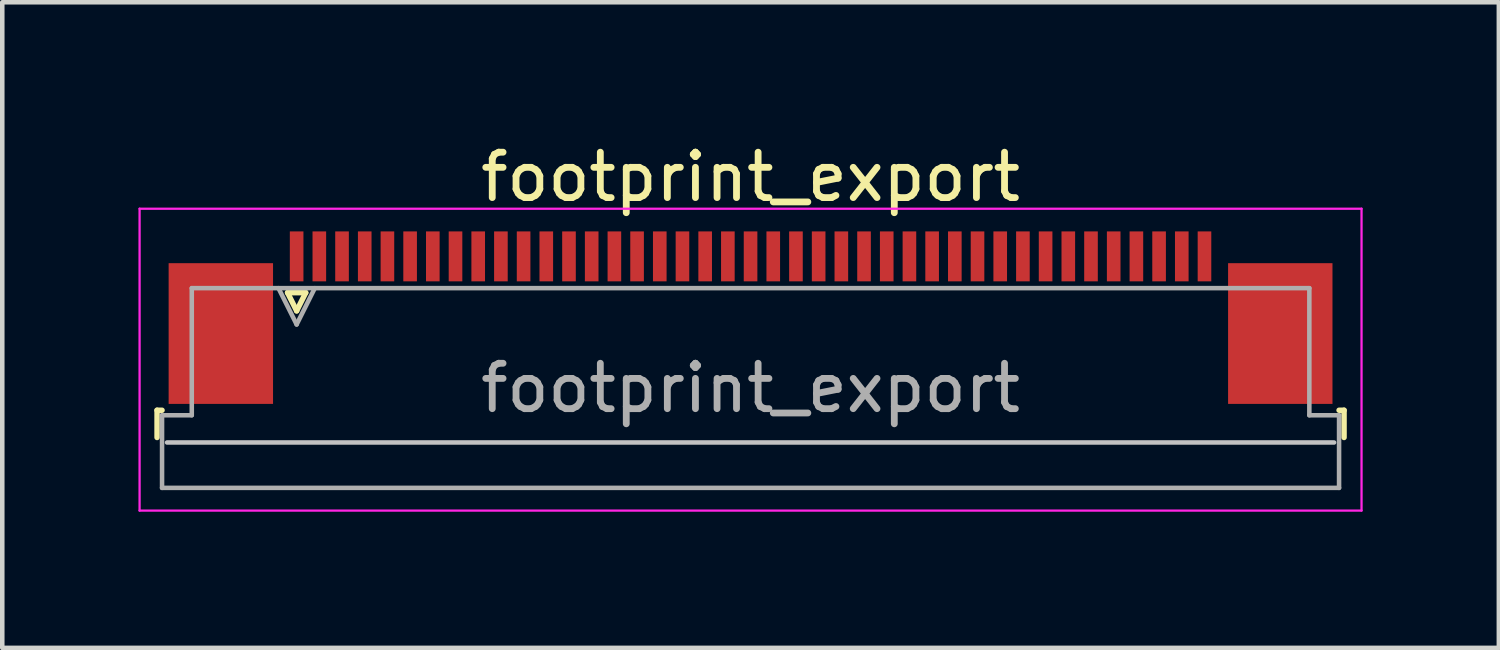
<source format=kicad_pcb>
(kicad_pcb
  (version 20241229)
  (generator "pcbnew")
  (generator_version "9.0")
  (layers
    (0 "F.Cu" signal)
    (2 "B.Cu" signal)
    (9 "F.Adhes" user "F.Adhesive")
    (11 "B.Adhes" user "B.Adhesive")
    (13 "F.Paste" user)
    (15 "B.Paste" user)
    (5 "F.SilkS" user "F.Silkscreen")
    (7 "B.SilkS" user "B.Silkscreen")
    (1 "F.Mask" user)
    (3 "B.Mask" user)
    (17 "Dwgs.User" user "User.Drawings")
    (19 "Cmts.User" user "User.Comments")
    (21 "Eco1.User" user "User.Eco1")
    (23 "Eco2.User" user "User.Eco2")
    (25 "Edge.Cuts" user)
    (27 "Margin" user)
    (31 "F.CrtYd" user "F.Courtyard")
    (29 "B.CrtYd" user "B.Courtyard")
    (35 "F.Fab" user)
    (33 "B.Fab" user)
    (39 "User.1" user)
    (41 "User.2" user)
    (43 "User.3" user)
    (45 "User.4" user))
  (footprint "footprint_export"
    (layer "F.Cu")
    (at 13.485 3.948)
    (property "Reference" "footprint_export" (at 0 -3.1 0) (layer "F.SilkS") (effects (font (size 1 1) (thickness 0.15))))
    (attr smd)
    (fp_line (start -13.075 2.04) (end -13.075 2.64) (stroke (width 0.12) (type solid)) (layer "F.SilkS"))
    (fp_line (start -12.965 2.04) (end -13.075 2.04) (stroke (width 0.12) (type solid)) (layer "F.SilkS"))
    (fp_line (start -10.2 -0.55) (end -10 -0.15) (stroke (width 0.12) (type solid)) (layer "F.SilkS"))
    (fp_line (start -10 -0.15) (end -9.8 -0.55) (stroke (width 0.12) (type solid)) (layer "F.SilkS"))
    (fp_line (start -9.8 -0.55) (end -10.2 -0.55) (stroke (width 0.12) (type solid)) (layer "F.SilkS"))
    (fp_line (start 12.965 2.04) (end 13.075 2.04) (stroke (width 0.12) (type solid)) (layer "F.SilkS"))
    (fp_line (start 13.075 2.04) (end 13.075 2.64) (stroke (width 0.12) (type solid)) (layer "F.SilkS"))
    (fp_line (start 12.855 2.75) (end -12.855 2.75) (stroke (width 0.1) (type solid)) (layer "Dwgs.User"))
    (fp_line (start -13.46 -2.4) (end -13.46 4.25) (stroke (width 0.05) (type solid)) (layer "F.CrtYd"))
    (fp_line (start -13.46 4.25) (end 13.46 4.25) (stroke (width 0.05) (type solid)) (layer "F.CrtYd"))
    (fp_line (start 13.46 -2.4) (end -13.46 -2.4) (stroke (width 0.05) (type solid)) (layer "F.CrtYd"))
    (fp_line (start 13.46 4.25) (end 13.46 -2.4) (stroke (width 0.05) (type solid)) (layer "F.CrtYd"))
    (fp_line (start -12.965 2.15) (end -12.31 2.15) (stroke (width 0.1) (type solid)) (layer "F.Fab"))
    (fp_line (start -12.965 3.75) (end -12.965 2.15) (stroke (width 0.1) (type solid)) (layer "F.Fab"))
    (fp_line (start -12.31 -0.65) (end 12.31 -0.65) (stroke (width 0.1) (type solid)) (layer "F.Fab"))
    (fp_line (start -12.31 2.15) (end -12.31 -0.65) (stroke (width 0.1) (type solid)) (layer "F.Fab"))
    (fp_line (start -10.4 -0.65) (end -10 0.15) (stroke (width 0.1) (type solid)) (layer "F.Fab"))
    (fp_line (start -10 0.15) (end -9.6 -0.65) (stroke (width 0.1) (type solid)) (layer "F.Fab"))
    (fp_line (start 12.31 -0.65) (end 12.31 2.15) (stroke (width 0.1) (type solid)) (layer "F.Fab"))
    (fp_line (start 12.31 2.15) (end 12.965 2.15) (stroke (width 0.1) (type solid)) (layer "F.Fab"))
    (fp_line (start 12.965 2.15) (end 12.965 3.75) (stroke (width 0.1) (type solid)) (layer "F.Fab"))
    (fp_line (start 12.965 3.75) (end -12.965 3.75) (stroke (width 0.1) (type solid)) (layer "F.Fab"))
    (fp_text user "${REFERENCE}" (at 0 1.55 0) (layer "F.Fab") (effects (font (size 1 1) (thickness 0.15))))
    (pad "1" smd rect (at -10 -1.35) (size 0.3 1.1) (layers "F.Cu" "F.Mask" "F.Paste"))
    (pad "2" smd rect (at -9.5 -1.35) (size 0.3 1.1) (layers "F.Cu" "F.Mask" "F.Paste"))
    (pad "3" smd rect (at -9 -1.35) (size 0.3 1.1) (layers "F.Cu" "F.Mask" "F.Paste"))
    (pad "4" smd rect (at -8.5 -1.35) (size 0.3 1.1) (layers "F.Cu" "F.Mask" "F.Paste"))
    (pad "5" smd rect (at -8 -1.35) (size 0.3 1.1) (layers "F.Cu" "F.Mask" "F.Paste"))
    (pad "6" smd rect (at -7.5 -1.35) (size 0.3 1.1) (layers "F.Cu" "F.Mask" "F.Paste"))
    (pad "7" smd rect (at -7 -1.35) (size 0.3 1.1) (layers "F.Cu" "F.Mask" "F.Paste"))
    (pad "8" smd rect (at -6.5 -1.35) (size 0.3 1.1) (layers "F.Cu" "F.Mask" "F.Paste"))
    (pad "9" smd rect (at -6 -1.35) (size 0.3 1.1) (layers "F.Cu" "F.Mask" "F.Paste"))
    (pad "10" smd rect (at -5.5 -1.35) (size 0.3 1.1) (layers "F.Cu" "F.Mask" "F.Paste"))
    (pad "11" smd rect (at -5 -1.35) (size 0.3 1.1) (layers "F.Cu" "F.Mask" "F.Paste"))
    (pad "12" smd rect (at -4.5 -1.35) (size 0.3 1.1) (layers "F.Cu" "F.Mask" "F.Paste"))
    (pad "13" smd rect (at -4 -1.35) (size 0.3 1.1) (layers "F.Cu" "F.Mask" "F.Paste"))
    (pad "14" smd rect (at -3.5 -1.35) (size 0.3 1.1) (layers "F.Cu" "F.Mask" "F.Paste"))
    (pad "15" smd rect (at -3 -1.35) (size 0.3 1.1) (layers "F.Cu" "F.Mask" "F.Paste"))
    (pad "16" smd rect (at -2.5 -1.35) (size 0.3 1.1) (layers "F.Cu" "F.Mask" "F.Paste"))
    (pad "17" smd rect (at -2 -1.35) (size 0.3 1.1) (layers "F.Cu" "F.Mask" "F.Paste"))
    (pad "18" smd rect (at -1.5 -1.35) (size 0.3 1.1) (layers "F.Cu" "F.Mask" "F.Paste"))
    (pad "19" smd rect (at -1 -1.35) (size 0.3 1.1) (layers "F.Cu" "F.Mask" "F.Paste"))
    (pad "20" smd rect (at -0.5 -1.35) (size 0.3 1.1) (layers "F.Cu" "F.Mask" "F.Paste"))
    (pad "21" smd rect (at 0 -1.35) (size 0.3 1.1) (layers "F.Cu" "F.Mask" "F.Paste"))
    (pad "22" smd rect (at 0.5 -1.35) (size 0.3 1.1) (layers "F.Cu" "F.Mask" "F.Paste"))
    (pad "23" smd rect (at 1 -1.35) (size 0.3 1.1) (layers "F.Cu" "F.Mask" "F.Paste"))
    (pad "24" smd rect (at 1.5 -1.35) (size 0.3 1.1) (layers "F.Cu" "F.Mask" "F.Paste"))
    (pad "25" smd rect (at 2 -1.35) (size 0.3 1.1) (layers "F.Cu" "F.Mask" "F.Paste"))
    (pad "26" smd rect (at 2.5 -1.35) (size 0.3 1.1) (layers "F.Cu" "F.Mask" "F.Paste"))
    (pad "27" smd rect (at 3 -1.35) (size 0.3 1.1) (layers "F.Cu" "F.Mask" "F.Paste"))
    (pad "28" smd rect (at 3.5 -1.35) (size 0.3 1.1) (layers "F.Cu" "F.Mask" "F.Paste"))
    (pad "29" smd rect (at 4 -1.35) (size 0.3 1.1) (layers "F.Cu" "F.Mask" "F.Paste"))
    (pad "30" smd rect (at 4.5 -1.35) (size 0.3 1.1) (layers "F.Cu" "F.Mask" "F.Paste"))
    (pad "31" smd rect (at 5 -1.35) (size 0.3 1.1) (layers "F.Cu" "F.Mask" "F.Paste"))
    (pad "32" smd rect (at 5.5 -1.35) (size 0.3 1.1) (layers "F.Cu" "F.Mask" "F.Paste"))
    (pad "33" smd rect (at 6 -1.35) (size 0.3 1.1) (layers "F.Cu" "F.Mask" "F.Paste"))
    (pad "34" smd rect (at 6.5 -1.35) (size 0.3 1.1) (layers "F.Cu" "F.Mask" "F.Paste"))
    (pad "35" smd rect (at 7 -1.35) (size 0.3 1.1) (layers "F.Cu" "F.Mask" "F.Paste"))
    (pad "36" smd rect (at 7.5 -1.35) (size 0.3 1.1) (layers "F.Cu" "F.Mask" "F.Paste"))
    (pad "37" smd rect (at 8 -1.35) (size 0.3 1.1) (layers "F.Cu" "F.Mask" "F.Paste"))
    (pad "38" smd rect (at 8.5 -1.35) (size 0.3 1.1) (layers "F.Cu" "F.Mask" "F.Paste"))
    (pad "39" smd rect (at 9 -1.35) (size 0.3 1.1) (layers "F.Cu" "F.Mask" "F.Paste"))
    (pad "40" smd rect (at 9.5 -1.35) (size 0.3 1.1) (layers "F.Cu" "F.Mask" "F.Paste"))
    (pad "41" smd rect (at 10 -1.35) (size 0.3 1.1) (layers "F.Cu" "F.Mask" "F.Paste"))
    (pad "MP" smd rect (at -11.67 0.35) (size 2.3 3.1) (layers "F.Cu" "F.Mask" "F.Paste"))
    (pad "MP" smd rect (at 11.67 0.35) (size 2.3 3.1) (layers "F.Cu" "F.Mask" "F.Paste")))
  (gr_rect
    (start -3 -3)
    (end 29.97 11.223)
    (stroke (width 0.1) (type default))
    (fill no)
    (layer "Edge.Cuts")))
</source>
